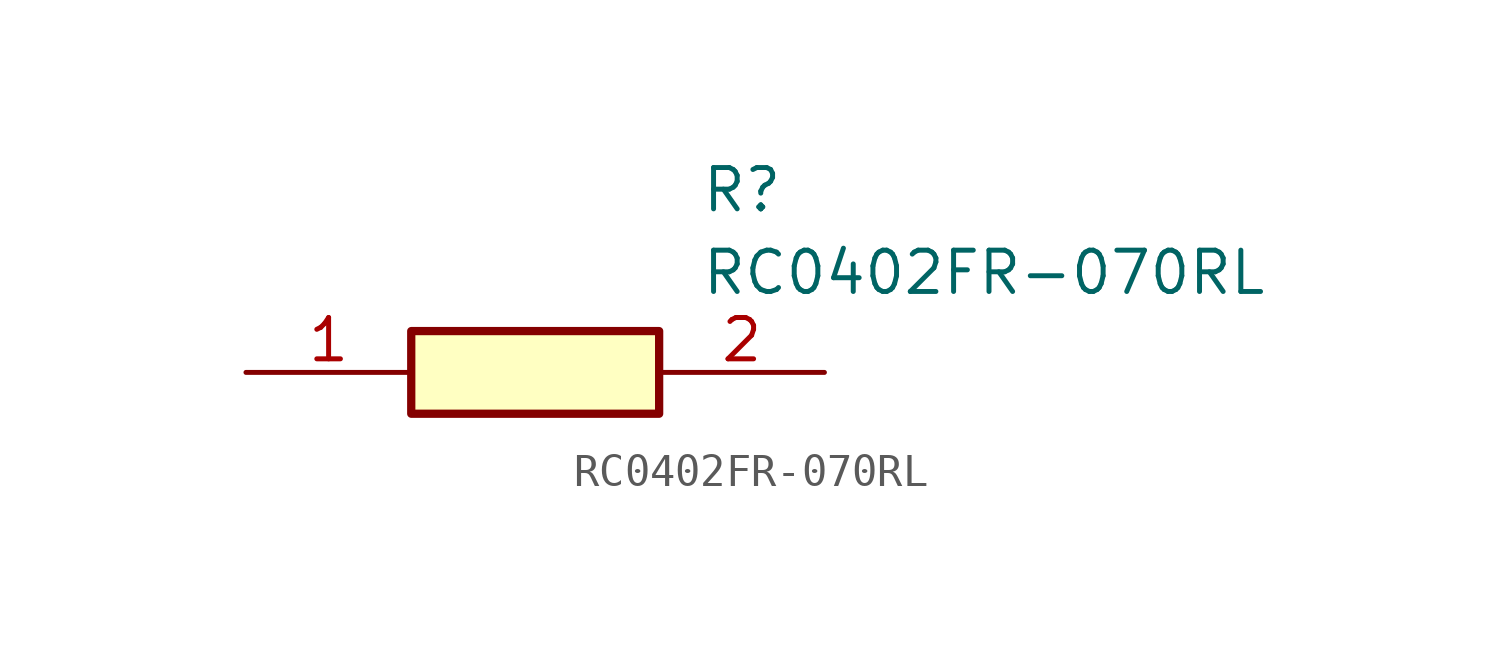
<source format=kicad_sym>
(kicad_symbol_lib
  (version 20211014)
  (generator SamacSys_ECAD_Model)
  (symbol "RC0402FR-070RL"
    (pin_names hide)
    (property "Reference" "R"
      (at 13.97 6.35 0)
      (effects (font (size 1.27 1.27)) (justify left top)))
    (property "Value" "RC0402FR-070RL"
      (at 13.97 3.81 0)
      (effects (font (size 1.27 1.27)) (justify left top)))
    (rectangle
      (start 5.08 1.27)
      (end 12.7 -1.27)
      (stroke (width 0.254) (type default))
      (fill (type background)))
    (pin passive line
      (at 0 0 0)
      (length 5.08)
      (name "1" (effects (font (size 1.27 1.27))))
      (number "1" (effects (font (size 1.27 1.27)))))
    (pin passive line
      (at 17.78 0 180)
      (length 5.08)
      (name "2" (effects (font (size 1.27 1.27))))
      (number "2" (effects (font (size 1.27 1.27)))))))
</source>
